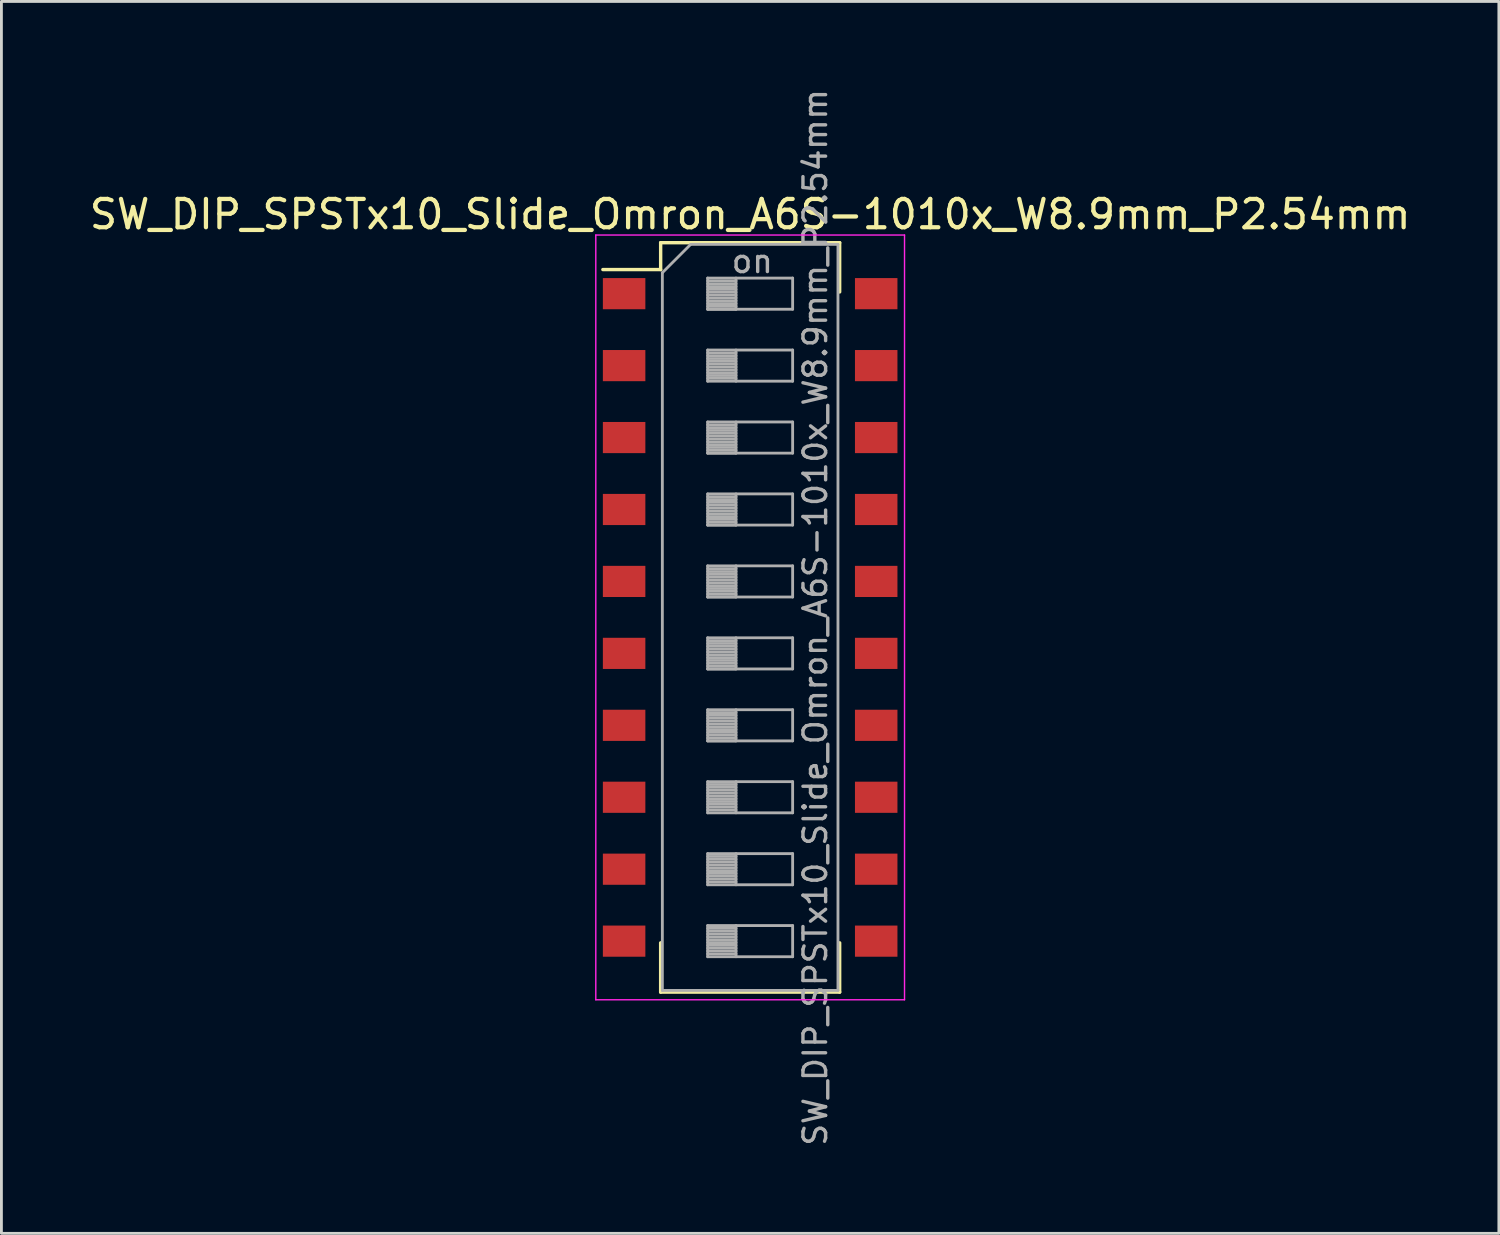
<source format=kicad_pcb>
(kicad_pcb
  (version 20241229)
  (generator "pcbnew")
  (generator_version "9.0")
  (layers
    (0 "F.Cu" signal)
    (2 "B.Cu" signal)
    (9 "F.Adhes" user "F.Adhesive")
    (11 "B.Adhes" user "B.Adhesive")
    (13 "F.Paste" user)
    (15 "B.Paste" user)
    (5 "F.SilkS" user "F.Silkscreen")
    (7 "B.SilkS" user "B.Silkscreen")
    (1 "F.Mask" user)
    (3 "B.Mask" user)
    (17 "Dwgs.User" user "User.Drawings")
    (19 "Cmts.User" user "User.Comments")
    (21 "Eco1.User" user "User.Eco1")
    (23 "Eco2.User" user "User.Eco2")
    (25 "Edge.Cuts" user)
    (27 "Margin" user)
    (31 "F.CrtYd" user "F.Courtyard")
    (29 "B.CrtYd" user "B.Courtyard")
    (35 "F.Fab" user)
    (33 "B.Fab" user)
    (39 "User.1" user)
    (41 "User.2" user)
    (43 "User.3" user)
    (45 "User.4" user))
  (footprint "SW_DIP_SPSTx10_Slide_Omron_A6S-1010x_W8.9mm_P2.54mm"
    (layer "F.Cu")
    (at 23.435 18.748)
    (property "Reference" "SW_DIP_SPSTx10_Slide_Omron_A6S-1010x_W8.9mm_P2.54mm" (at 0 -14.23 0) (layer "F.SilkS") (effects (font (size 1 1) (thickness 0.15))))
    (attr smd)
    (fp_line (start -5.2 -12.281) (end -3.16 -12.281) (stroke (width 0.12) (type solid)) (layer "F.SilkS"))
    (fp_line (start -3.16 -13.23) (end -3.16 -12.281) (stroke (width 0.12) (type solid)) (layer "F.SilkS"))
    (fp_line (start -3.16 -13.23) (end 3.16 -13.23) (stroke (width 0.12) (type solid)) (layer "F.SilkS"))
    (fp_line (start -3.16 11.49) (end -3.16 13.23) (stroke (width 0.12) (type solid)) (layer "F.SilkS"))
    (fp_line (start -3.16 13.23) (end 3.16 13.23) (stroke (width 0.12) (type solid)) (layer "F.SilkS"))
    (fp_line (start 3.16 -13.23) (end 3.16 -11.491) (stroke (width 0.12) (type solid)) (layer "F.SilkS"))
    (fp_line (start 3.16 11.49) (end 3.16 13.23) (stroke (width 0.12) (type solid)) (layer "F.SilkS"))
    (fp_line (start -5.45 -13.5) (end -5.45 13.5) (stroke (width 0.05) (type solid)) (layer "F.CrtYd"))
    (fp_line (start -5.45 13.5) (end 5.45 13.5) (stroke (width 0.05) (type solid)) (layer "F.CrtYd"))
    (fp_line (start 5.45 -13.5) (end -5.45 -13.5) (stroke (width 0.05) (type solid)) (layer "F.CrtYd"))
    (fp_line (start 5.45 13.5) (end 5.45 -13.5) (stroke (width 0.05) (type solid)) (layer "F.CrtYd"))
    (fp_line (start -3.1 -12.17) (end -2.1 -13.17) (stroke (width 0.1) (type solid)) (layer "F.Fab"))
    (fp_line (start -3.1 13.17) (end -3.1 -12.17) (stroke (width 0.1) (type solid)) (layer "F.Fab"))
    (fp_line (start -2.1 -13.17) (end 3.1 -13.17) (stroke (width 0.1) (type solid)) (layer "F.Fab"))
    (fp_line (start -1.5 -11.98) (end -1.5 -10.88) (stroke (width 0.1) (type solid)) (layer "F.Fab"))
    (fp_line (start -1.5 -11.88) (end -0.5 -11.88) (stroke (width 0.1) (type solid)) (layer "F.Fab"))
    (fp_line (start -1.5 -11.78) (end -0.5 -11.78) (stroke (width 0.1) (type solid)) (layer "F.Fab"))
    (fp_line (start -1.5 -11.68) (end -0.5 -11.68) (stroke (width 0.1) (type solid)) (layer "F.Fab"))
    (fp_line (start -1.5 -11.58) (end -0.5 -11.58) (stroke (width 0.1) (type solid)) (layer "F.Fab"))
    (fp_line (start -1.5 -11.48) (end -0.5 -11.48) (stroke (width 0.1) (type solid)) (layer "F.Fab"))
    (fp_line (start -1.5 -11.38) (end -0.5 -11.38) (stroke (width 0.1) (type solid)) (layer "F.Fab"))
    (fp_line (start -1.5 -11.28) (end -0.5 -11.28) (stroke (width 0.1) (type solid)) (layer "F.Fab"))
    (fp_line (start -1.5 -11.18) (end -0.5 -11.18) (stroke (width 0.1) (type solid)) (layer "F.Fab"))
    (fp_line (start -1.5 -11.08) (end -0.5 -11.08) (stroke (width 0.1) (type solid)) (layer "F.Fab"))
    (fp_line (start -1.5 -10.98) (end -0.5 -10.98) (stroke (width 0.1) (type solid)) (layer "F.Fab"))
    (fp_line (start -1.5 -10.88) (end -0.5 -10.88) (stroke (width 0.1) (type solid)) (layer "F.Fab"))
    (fp_line (start -1.5 -10.88) (end 1.5 -10.88) (stroke (width 0.1) (type solid)) (layer "F.Fab"))
    (fp_line (start -1.5 -9.44) (end -1.5 -8.34) (stroke (width 0.1) (type solid)) (layer "F.Fab"))
    (fp_line (start -1.5 -9.34) (end -0.5 -9.34) (stroke (width 0.1) (type solid)) (layer "F.Fab"))
    (fp_line (start -1.5 -9.24) (end -0.5 -9.24) (stroke (width 0.1) (type solid)) (layer "F.Fab"))
    (fp_line (start -1.5 -9.14) (end -0.5 -9.14) (stroke (width 0.1) (type solid)) (layer "F.Fab"))
    (fp_line (start -1.5 -9.04) (end -0.5 -9.04) (stroke (width 0.1) (type solid)) (layer "F.Fab"))
    (fp_line (start -1.5 -8.94) (end -0.5 -8.94) (stroke (width 0.1) (type solid)) (layer "F.Fab"))
    (fp_line (start -1.5 -8.84) (end -0.5 -8.84) (stroke (width 0.1) (type solid)) (layer "F.Fab"))
    (fp_line (start -1.5 -8.74) (end -0.5 -8.74) (stroke (width 0.1) (type solid)) (layer "F.Fab"))
    (fp_line (start -1.5 -8.64) (end -0.5 -8.64) (stroke (width 0.1) (type solid)) (layer "F.Fab"))
    (fp_line (start -1.5 -8.54) (end -0.5 -8.54) (stroke (width 0.1) (type solid)) (layer "F.Fab"))
    (fp_line (start -1.5 -8.44) (end -0.5 -8.44) (stroke (width 0.1) (type solid)) (layer "F.Fab"))
    (fp_line (start -1.5 -8.34) (end 1.5 -8.34) (stroke (width 0.1) (type solid)) (layer "F.Fab"))
    (fp_line (start -1.5 -6.9) (end -1.5 -5.8) (stroke (width 0.1) (type solid)) (layer "F.Fab"))
    (fp_line (start -1.5 -6.8) (end -0.5 -6.8) (stroke (width 0.1) (type solid)) (layer "F.Fab"))
    (fp_line (start -1.5 -6.7) (end -0.5 -6.7) (stroke (width 0.1) (type solid)) (layer "F.Fab"))
    (fp_line (start -1.5 -6.6) (end -0.5 -6.6) (stroke (width 0.1) (type solid)) (layer "F.Fab"))
    (fp_line (start -1.5 -6.5) (end -0.5 -6.5) (stroke (width 0.1) (type solid)) (layer "F.Fab"))
    (fp_line (start -1.5 -6.4) (end -0.5 -6.4) (stroke (width 0.1) (type solid)) (layer "F.Fab"))
    (fp_line (start -1.5 -6.3) (end -0.5 -6.3) (stroke (width 0.1) (type solid)) (layer "F.Fab"))
    (fp_line (start -1.5 -6.2) (end -0.5 -6.2) (stroke (width 0.1) (type solid)) (layer "F.Fab"))
    (fp_line (start -1.5 -6.1) (end -0.5 -6.1) (stroke (width 0.1) (type solid)) (layer "F.Fab"))
    (fp_line (start -1.5 -6) (end -0.5 -6) (stroke (width 0.1) (type solid)) (layer "F.Fab"))
    (fp_line (start -1.5 -5.9) (end -0.5 -5.9) (stroke (width 0.1) (type solid)) (layer "F.Fab"))
    (fp_line (start -1.5 -5.8) (end -0.5 -5.8) (stroke (width 0.1) (type solid)) (layer "F.Fab"))
    (fp_line (start -1.5 -5.8) (end 1.5 -5.8) (stroke (width 0.1) (type solid)) (layer "F.Fab"))
    (fp_line (start -1.5 -4.36) (end -1.5 -3.26) (stroke (width 0.1) (type solid)) (layer "F.Fab"))
    (fp_line (start -1.5 -4.26) (end -0.5 -4.26) (stroke (width 0.1) (type solid)) (layer "F.Fab"))
    (fp_line (start -1.5 -4.16) (end -0.5 -4.16) (stroke (width 0.1) (type solid)) (layer "F.Fab"))
    (fp_line (start -1.5 -4.06) (end -0.5 -4.06) (stroke (width 0.1) (type solid)) (layer "F.Fab"))
    (fp_line (start -1.5 -3.96) (end -0.5 -3.96) (stroke (width 0.1) (type solid)) (layer "F.Fab"))
    (fp_line (start -1.5 -3.86) (end -0.5 -3.86) (stroke (width 0.1) (type solid)) (layer "F.Fab"))
    (fp_line (start -1.5 -3.76) (end -0.5 -3.76) (stroke (width 0.1) (type solid)) (layer "F.Fab"))
    (fp_line (start -1.5 -3.66) (end -0.5 -3.66) (stroke (width 0.1) (type solid)) (layer "F.Fab"))
    (fp_line (start -1.5 -3.56) (end -0.5 -3.56) (stroke (width 0.1) (type solid)) (layer "F.Fab"))
    (fp_line (start -1.5 -3.46) (end -0.5 -3.46) (stroke (width 0.1) (type solid)) (layer "F.Fab"))
    (fp_line (start -1.5 -3.36) (end -0.5 -3.36) (stroke (width 0.1) (type solid)) (layer "F.Fab"))
    (fp_line (start -1.5 -3.26) (end -0.5 -3.26) (stroke (width 0.1) (type solid)) (layer "F.Fab"))
    (fp_line (start -1.5 -3.26) (end 1.5 -3.26) (stroke (width 0.1) (type solid)) (layer "F.Fab"))
    (fp_line (start -1.5 -1.82) (end -1.5 -0.72) (stroke (width 0.1) (type solid)) (layer "F.Fab"))
    (fp_line (start -1.5 -1.72) (end -0.5 -1.72) (stroke (width 0.1) (type solid)) (layer "F.Fab"))
    (fp_line (start -1.5 -1.62) (end -0.5 -1.62) (stroke (width 0.1) (type solid)) (layer "F.Fab"))
    (fp_line (start -1.5 -1.52) (end -0.5 -1.52) (stroke (width 0.1) (type solid)) (layer "F.Fab"))
    (fp_line (start -1.5 -1.42) (end -0.5 -1.42) (stroke (width 0.1) (type solid)) (layer "F.Fab"))
    (fp_line (start -1.5 -1.32) (end -0.5 -1.32) (stroke (width 0.1) (type solid)) (layer "F.Fab"))
    (fp_line (start -1.5 -1.22) (end -0.5 -1.22) (stroke (width 0.1) (type solid)) (layer "F.Fab"))
    (fp_line (start -1.5 -1.12) (end -0.5 -1.12) (stroke (width 0.1) (type solid)) (layer "F.Fab"))
    (fp_line (start -1.5 -1.02) (end -0.5 -1.02) (stroke (width 0.1) (type solid)) (layer "F.Fab"))
    (fp_line (start -1.5 -0.92) (end -0.5 -0.92) (stroke (width 0.1) (type solid)) (layer "F.Fab"))
    (fp_line (start -1.5 -0.82) (end -0.5 -0.82) (stroke (width 0.1) (type solid)) (layer "F.Fab"))
    (fp_line (start -1.5 -0.72) (end -0.5 -0.72) (stroke (width 0.1) (type solid)) (layer "F.Fab"))
    (fp_line (start -1.5 -0.72) (end 1.5 -0.72) (stroke (width 0.1) (type solid)) (layer "F.Fab"))
    (fp_line (start -1.5 0.72) (end -1.5 1.82) (stroke (width 0.1) (type solid)) (layer "F.Fab"))
    (fp_line (start -1.5 0.82) (end -0.5 0.82) (stroke (width 0.1) (type solid)) (layer "F.Fab"))
    (fp_line (start -1.5 0.92) (end -0.5 0.92) (stroke (width 0.1) (type solid)) (layer "F.Fab"))
    (fp_line (start -1.5 1.02) (end -0.5 1.02) (stroke (width 0.1) (type solid)) (layer "F.Fab"))
    (fp_line (start -1.5 1.12) (end -0.5 1.12) (stroke (width 0.1) (type solid)) (layer "F.Fab"))
    (fp_line (start -1.5 1.22) (end -0.5 1.22) (stroke (width 0.1) (type solid)) (layer "F.Fab"))
    (fp_line (start -1.5 1.32) (end -0.5 1.32) (stroke (width 0.1) (type solid)) (layer "F.Fab"))
    (fp_line (start -1.5 1.42) (end -0.5 1.42) (stroke (width 0.1) (type solid)) (layer "F.Fab"))
    (fp_line (start -1.5 1.52) (end -0.5 1.52) (stroke (width 0.1) (type solid)) (layer "F.Fab"))
    (fp_line (start -1.5 1.62) (end -0.5 1.62) (stroke (width 0.1) (type solid)) (layer "F.Fab"))
    (fp_line (start -1.5 1.72) (end -0.5 1.72) (stroke (width 0.1) (type solid)) (layer "F.Fab"))
    (fp_line (start -1.5 1.82) (end -0.5 1.82) (stroke (width 0.1) (type solid)) (layer "F.Fab"))
    (fp_line (start -1.5 1.82) (end 1.5 1.82) (stroke (width 0.1) (type solid)) (layer "F.Fab"))
    (fp_line (start -1.5 3.26) (end -1.5 4.36) (stroke (width 0.1) (type solid)) (layer "F.Fab"))
    (fp_line (start -1.5 3.36) (end -0.5 3.36) (stroke (width 0.1) (type solid)) (layer "F.Fab"))
    (fp_line (start -1.5 3.46) (end -0.5 3.46) (stroke (width 0.1) (type solid)) (layer "F.Fab"))
    (fp_line (start -1.5 3.56) (end -0.5 3.56) (stroke (width 0.1) (type solid)) (layer "F.Fab"))
    (fp_line (start -1.5 3.66) (end -0.5 3.66) (stroke (width 0.1) (type solid)) (layer "F.Fab"))
    (fp_line (start -1.5 3.76) (end -0.5 3.76) (stroke (width 0.1) (type solid)) (layer "F.Fab"))
    (fp_line (start -1.5 3.86) (end -0.5 3.86) (stroke (width 0.1) (type solid)) (layer "F.Fab"))
    (fp_line (start -1.5 3.96) (end -0.5 3.96) (stroke (width 0.1) (type solid)) (layer "F.Fab"))
    (fp_line (start -1.5 4.06) (end -0.5 4.06) (stroke (width 0.1) (type solid)) (layer "F.Fab"))
    (fp_line (start -1.5 4.16) (end -0.5 4.16) (stroke (width 0.1) (type solid)) (layer "F.Fab"))
    (fp_line (start -1.5 4.26) (end -0.5 4.26) (stroke (width 0.1) (type solid)) (layer "F.Fab"))
    (fp_line (start -1.5 4.36) (end -0.5 4.36) (stroke (width 0.1) (type solid)) (layer "F.Fab"))
    (fp_line (start -1.5 4.36) (end 1.5 4.36) (stroke (width 0.1) (type solid)) (layer "F.Fab"))
    (fp_line (start -1.5 5.8) (end -1.5 6.9) (stroke (width 0.1) (type solid)) (layer "F.Fab"))
    (fp_line (start -1.5 5.9) (end -0.5 5.9) (stroke (width 0.1) (type solid)) (layer "F.Fab"))
    (fp_line (start -1.5 6) (end -0.5 6) (stroke (width 0.1) (type solid)) (layer "F.Fab"))
    (fp_line (start -1.5 6.1) (end -0.5 6.1) (stroke (width 0.1) (type solid)) (layer "F.Fab"))
    (fp_line (start -1.5 6.2) (end -0.5 6.2) (stroke (width 0.1) (type solid)) (layer "F.Fab"))
    (fp_line (start -1.5 6.3) (end -0.5 6.3) (stroke (width 0.1) (type solid)) (layer "F.Fab"))
    (fp_line (start -1.5 6.4) (end -0.5 6.4) (stroke (width 0.1) (type solid)) (layer "F.Fab"))
    (fp_line (start -1.5 6.5) (end -0.5 6.5) (stroke (width 0.1) (type solid)) (layer "F.Fab"))
    (fp_line (start -1.5 6.6) (end -0.5 6.6) (stroke (width 0.1) (type solid)) (layer "F.Fab"))
    (fp_line (start -1.5 6.7) (end -0.5 6.7) (stroke (width 0.1) (type solid)) (layer "F.Fab"))
    (fp_line (start -1.5 6.8) (end -0.5 6.8) (stroke (width 0.1) (type solid)) (layer "F.Fab"))
    (fp_line (start -1.5 6.9) (end 1.5 6.9) (stroke (width 0.1) (type solid)) (layer "F.Fab"))
    (fp_line (start -1.5 8.34) (end -1.5 9.44) (stroke (width 0.1) (type solid)) (layer "F.Fab"))
    (fp_line (start -1.5 8.44) (end -0.5 8.44) (stroke (width 0.1) (type solid)) (layer "F.Fab"))
    (fp_line (start -1.5 8.54) (end -0.5 8.54) (stroke (width 0.1) (type solid)) (layer "F.Fab"))
    (fp_line (start -1.5 8.64) (end -0.5 8.64) (stroke (width 0.1) (type solid)) (layer "F.Fab"))
    (fp_line (start -1.5 8.74) (end -0.5 8.74) (stroke (width 0.1) (type solid)) (layer "F.Fab"))
    (fp_line (start -1.5 8.84) (end -0.5 8.84) (stroke (width 0.1) (type solid)) (layer "F.Fab"))
    (fp_line (start -1.5 8.94) (end -0.5 8.94) (stroke (width 0.1) (type solid)) (layer "F.Fab"))
    (fp_line (start -1.5 9.04) (end -0.5 9.04) (stroke (width 0.1) (type solid)) (layer "F.Fab"))
    (fp_line (start -1.5 9.14) (end -0.5 9.14) (stroke (width 0.1) (type solid)) (layer "F.Fab"))
    (fp_line (start -1.5 9.24) (end -0.5 9.24) (stroke (width 0.1) (type solid)) (layer "F.Fab"))
    (fp_line (start -1.5 9.34) (end -0.5 9.34) (stroke (width 0.1) (type solid)) (layer "F.Fab"))
    (fp_line (start -1.5 9.44) (end 1.5 9.44) (stroke (width 0.1) (type solid)) (layer "F.Fab"))
    (fp_line (start -1.5 10.88) (end -1.5 11.98) (stroke (width 0.1) (type solid)) (layer "F.Fab"))
    (fp_line (start -1.5 10.98) (end -0.5 10.98) (stroke (width 0.1) (type solid)) (layer "F.Fab"))
    (fp_line (start -1.5 11.08) (end -0.5 11.08) (stroke (width 0.1) (type solid)) (layer "F.Fab"))
    (fp_line (start -1.5 11.18) (end -0.5 11.18) (stroke (width 0.1) (type solid)) (layer "F.Fab"))
    (fp_line (start -1.5 11.28) (end -0.5 11.28) (stroke (width 0.1) (type solid)) (layer "F.Fab"))
    (fp_line (start -1.5 11.38) (end -0.5 11.38) (stroke (width 0.1) (type solid)) (layer "F.Fab"))
    (fp_line (start -1.5 11.48) (end -0.5 11.48) (stroke (width 0.1) (type solid)) (layer "F.Fab"))
    (fp_line (start -1.5 11.58) (end -0.5 11.58) (stroke (width 0.1) (type solid)) (layer "F.Fab"))
    (fp_line (start -1.5 11.68) (end -0.5 11.68) (stroke (width 0.1) (type solid)) (layer "F.Fab"))
    (fp_line (start -1.5 11.78) (end -0.5 11.78) (stroke (width 0.1) (type solid)) (layer "F.Fab"))
    (fp_line (start -1.5 11.88) (end -0.5 11.88) (stroke (width 0.1) (type solid)) (layer "F.Fab"))
    (fp_line (start -1.5 11.98) (end 1.5 11.98) (stroke (width 0.1) (type solid)) (layer "F.Fab"))
    (fp_line (start -0.5 -11.98) (end -0.5 -10.88) (stroke (width 0.1) (type solid)) (layer "F.Fab"))
    (fp_line (start -0.5 -9.44) (end -0.5 -8.34) (stroke (width 0.1) (type solid)) (layer "F.Fab"))
    (fp_line (start -0.5 -6.9) (end -0.5 -5.8) (stroke (width 0.1) (type solid)) (layer "F.Fab"))
    (fp_line (start -0.5 -4.36) (end -0.5 -3.26) (stroke (width 0.1) (type solid)) (layer "F.Fab"))
    (fp_line (start -0.5 -1.82) (end -0.5 -0.72) (stroke (width 0.1) (type solid)) (layer "F.Fab"))
    (fp_line (start -0.5 0.72) (end -0.5 1.82) (stroke (width 0.1) (type solid)) (layer "F.Fab"))
    (fp_line (start -0.5 3.26) (end -0.5 4.36) (stroke (width 0.1) (type solid)) (layer "F.Fab"))
    (fp_line (start -0.5 5.8) (end -0.5 6.9) (stroke (width 0.1) (type solid)) (layer "F.Fab"))
    (fp_line (start -0.5 8.34) (end -0.5 9.44) (stroke (width 0.1) (type solid)) (layer "F.Fab"))
    (fp_line (start -0.5 10.88) (end -0.5 11.98) (stroke (width 0.1) (type solid)) (layer "F.Fab"))
    (fp_line (start 1.5 -11.98) (end -1.5 -11.98) (stroke (width 0.1) (type solid)) (layer "F.Fab"))
    (fp_line (start 1.5 -10.88) (end 1.5 -11.98) (stroke (width 0.1) (type solid)) (layer "F.Fab"))
    (fp_line (start 1.5 -9.44) (end -1.5 -9.44) (stroke (width 0.1) (type solid)) (layer "F.Fab"))
    (fp_line (start 1.5 -8.34) (end 1.5 -9.44) (stroke (width 0.1) (type solid)) (layer "F.Fab"))
    (fp_line (start 1.5 -6.9) (end -1.5 -6.9) (stroke (width 0.1) (type solid)) (layer "F.Fab"))
    (fp_line (start 1.5 -5.8) (end 1.5 -6.9) (stroke (width 0.1) (type solid)) (layer "F.Fab"))
    (fp_line (start 1.5 -4.36) (end -1.5 -4.36) (stroke (width 0.1) (type solid)) (layer "F.Fab"))
    (fp_line (start 1.5 -3.26) (end 1.5 -4.36) (stroke (width 0.1) (type solid)) (layer "F.Fab"))
    (fp_line (start 1.5 -1.82) (end -1.5 -1.82) (stroke (width 0.1) (type solid)) (layer "F.Fab"))
    (fp_line (start 1.5 -0.72) (end 1.5 -1.82) (stroke (width 0.1) (type solid)) (layer "F.Fab"))
    (fp_line (start 1.5 0.72) (end -1.5 0.72) (stroke (width 0.1) (type solid)) (layer "F.Fab"))
    (fp_line (start 1.5 1.82) (end 1.5 0.72) (stroke (width 0.1) (type solid)) (layer "F.Fab"))
    (fp_line (start 1.5 3.26) (end -1.5 3.26) (stroke (width 0.1) (type solid)) (layer "F.Fab"))
    (fp_line (start 1.5 4.36) (end 1.5 3.26) (stroke (width 0.1) (type solid)) (layer "F.Fab"))
    (fp_line (start 1.5 5.8) (end -1.5 5.8) (stroke (width 0.1) (type solid)) (layer "F.Fab"))
    (fp_line (start 1.5 6.9) (end 1.5 5.8) (stroke (width 0.1) (type solid)) (layer "F.Fab"))
    (fp_line (start 1.5 8.34) (end -1.5 8.34) (stroke (width 0.1) (type solid)) (layer "F.Fab"))
    (fp_line (start 1.5 9.44) (end 1.5 8.34) (stroke (width 0.1) (type solid)) (layer "F.Fab"))
    (fp_line (start 1.5 10.88) (end -1.5 10.88) (stroke (width 0.1) (type solid)) (layer "F.Fab"))
    (fp_line (start 1.5 11.98) (end 1.5 10.88) (stroke (width 0.1) (type solid)) (layer "F.Fab"))
    (fp_line (start 3.1 -13.17) (end 3.1 13.17) (stroke (width 0.1) (type solid)) (layer "F.Fab"))
    (fp_line (start 3.1 13.17) (end -3.1 13.17) (stroke (width 0.1) (type solid)) (layer "F.Fab"))
    (fp_text user "${REFERENCE}" (at 2.3 0 90) (layer "F.Fab") (effects (font (size 0.8 0.8) (thickness 0.12))))
    (fp_text user "on" (at 0.075 -12.575 0) (layer "F.Fab") (effects (font (size 0.8 0.8) (thickness 0.12))))
    (pad "1" smd rect (at -4.45 -11.43) (size 1.5 1.1) (layers "F.Cu" "F.Mask" "F.Paste"))
    (pad "2" smd rect (at -4.45 -8.89) (size 1.5 1.1) (layers "F.Cu" "F.Mask" "F.Paste"))
    (pad "3" smd rect (at -4.45 -6.35) (size 1.5 1.1) (layers "F.Cu" "F.Mask" "F.Paste"))
    (pad "4" smd rect (at -4.45 -3.81) (size 1.5 1.1) (layers "F.Cu" "F.Mask" "F.Paste"))
    (pad "5" smd rect (at -4.45 -1.27) (size 1.5 1.1) (layers "F.Cu" "F.Mask" "F.Paste"))
    (pad "6" smd rect (at -4.45 1.27) (size 1.5 1.1) (layers "F.Cu" "F.Mask" "F.Paste"))
    (pad "7" smd rect (at -4.45 3.81) (size 1.5 1.1) (layers "F.Cu" "F.Mask" "F.Paste"))
    (pad "8" smd rect (at -4.45 6.35) (size 1.5 1.1) (layers "F.Cu" "F.Mask" "F.Paste"))
    (pad "9" smd rect (at -4.45 8.89) (size 1.5 1.1) (layers "F.Cu" "F.Mask" "F.Paste"))
    (pad "10" smd rect (at -4.45 11.43) (size 1.5 1.1) (layers "F.Cu" "F.Mask" "F.Paste"))
    (pad "11" smd rect (at 4.45 11.43) (size 1.5 1.1) (layers "F.Cu" "F.Mask" "F.Paste"))
    (pad "12" smd rect (at 4.45 8.89) (size 1.5 1.1) (layers "F.Cu" "F.Mask" "F.Paste"))
    (pad "13" smd rect (at 4.45 6.35) (size 1.5 1.1) (layers "F.Cu" "F.Mask" "F.Paste"))
    (pad "14" smd rect (at 4.45 3.81) (size 1.5 1.1) (layers "F.Cu" "F.Mask" "F.Paste"))
    (pad "15" smd rect (at 4.45 1.27) (size 1.5 1.1) (layers "F.Cu" "F.Mask" "F.Paste"))
    (pad "16" smd rect (at 4.45 -1.27) (size 1.5 1.1) (layers "F.Cu" "F.Mask" "F.Paste"))
    (pad "17" smd rect (at 4.45 -3.81) (size 1.5 1.1) (layers "F.Cu" "F.Mask" "F.Paste"))
    (pad "18" smd rect (at 4.45 -6.35) (size 1.5 1.1) (layers "F.Cu" "F.Mask" "F.Paste"))
    (pad "19" smd rect (at 4.45 -8.89) (size 1.5 1.1) (layers "F.Cu" "F.Mask" "F.Paste"))
    (pad "20" smd rect (at 4.45 -11.43) (size 1.5 1.1) (layers "F.Cu" "F.Mask" "F.Paste")))
  (gr_rect
    (start -3 -3)
    (end 49.869 40.495)
    (stroke (width 0.1) (type default))
    (fill no)
    (layer "Edge.Cuts")))
</source>
